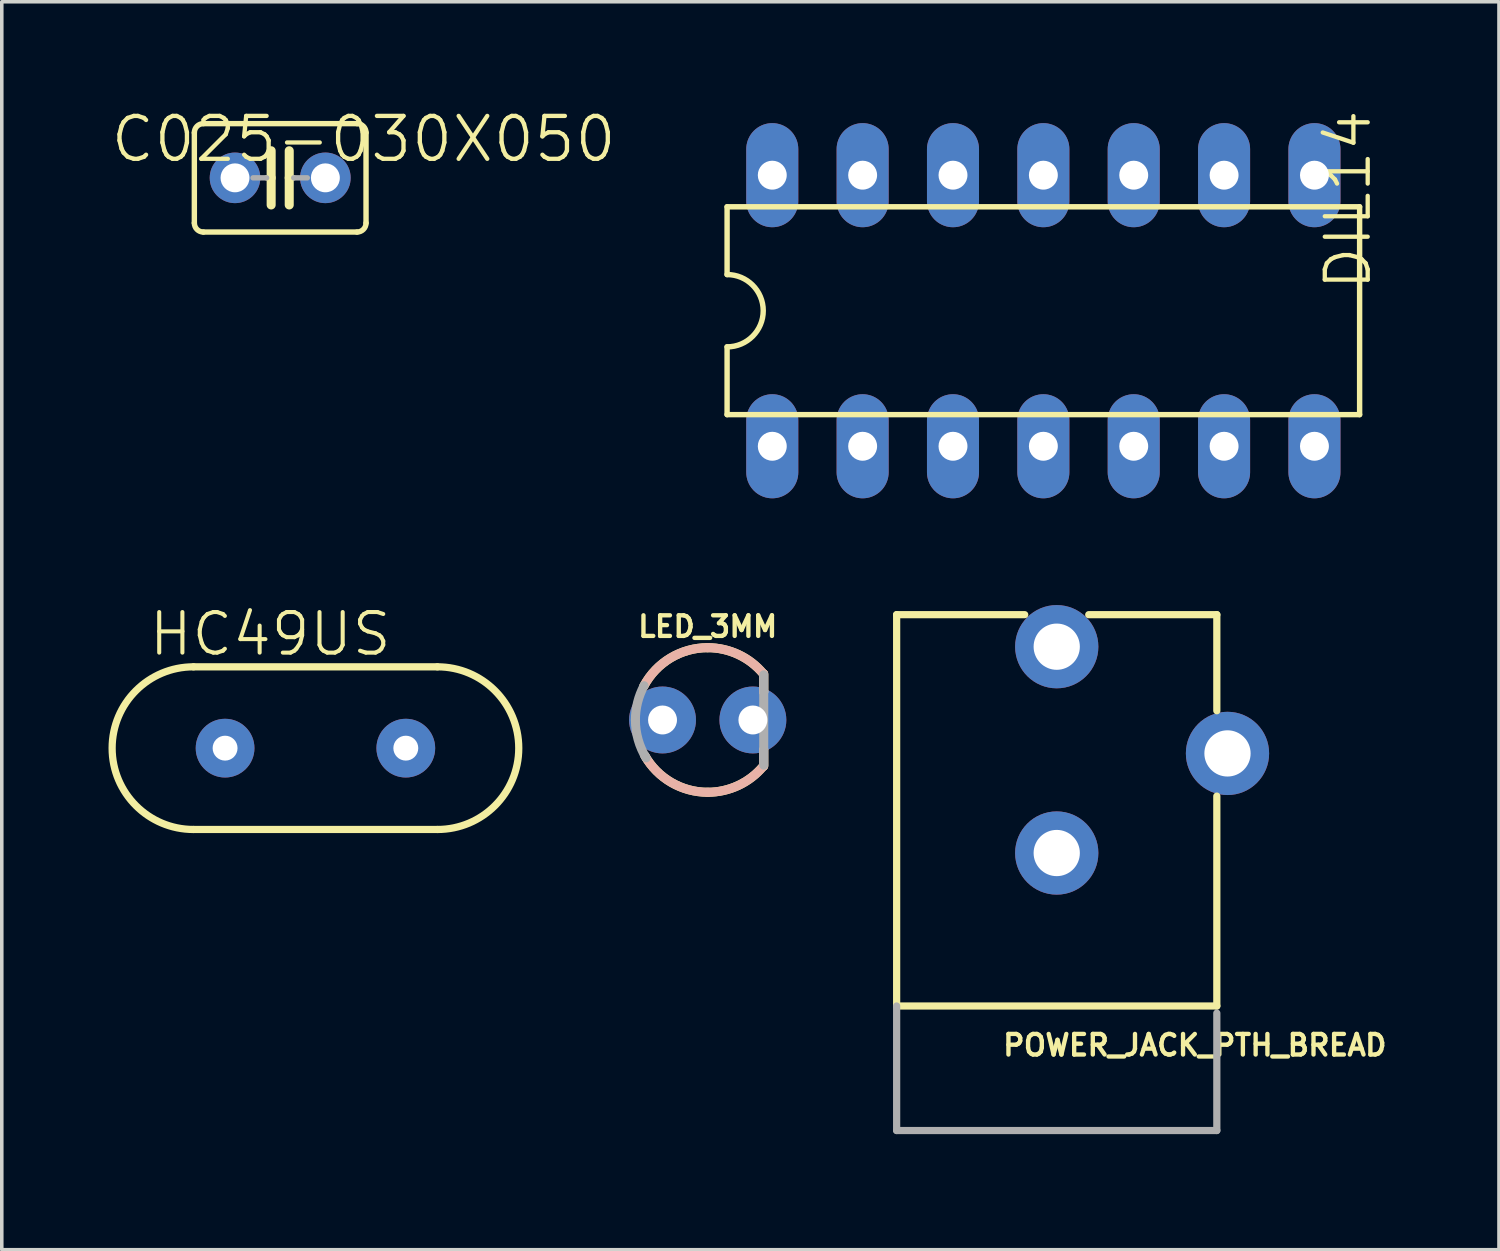
<source format=kicad_pcb>
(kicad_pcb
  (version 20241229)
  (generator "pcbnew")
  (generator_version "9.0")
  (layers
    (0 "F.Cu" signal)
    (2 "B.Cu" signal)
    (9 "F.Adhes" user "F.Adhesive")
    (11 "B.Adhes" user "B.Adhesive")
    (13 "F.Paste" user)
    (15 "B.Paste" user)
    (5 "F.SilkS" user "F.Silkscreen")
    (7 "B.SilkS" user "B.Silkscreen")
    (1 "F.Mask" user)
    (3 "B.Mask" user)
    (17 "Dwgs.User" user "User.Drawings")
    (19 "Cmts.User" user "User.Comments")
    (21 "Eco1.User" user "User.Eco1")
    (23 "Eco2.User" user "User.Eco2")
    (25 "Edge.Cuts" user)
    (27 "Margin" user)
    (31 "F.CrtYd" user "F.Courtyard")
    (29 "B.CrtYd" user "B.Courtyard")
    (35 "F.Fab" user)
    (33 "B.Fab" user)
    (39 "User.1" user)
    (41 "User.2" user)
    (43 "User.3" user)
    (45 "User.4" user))
  (footprint "LED_3MM"
    (layer "F.Cu")
    (at 16.843 17.188)
    (property "Reference" "LED_3MM" (at 0 -2.286 0) (layer "F.SilkS") (effects (font (size 0.579 0.579) (thickness 0.122)) (justify bottom)))
    (attr through_hole)
    (fp_line (start 1.575 -1.295) (end 1.575 -0.787) (stroke (width 0.254) (type solid)) (layer "F.SilkS"))
    (fp_line (start 1.575 1.295) (end 1.575 0.838) (stroke (width 0.254) (type solid)) (layer "F.SilkS"))
    (fp_arc (start -1.7929 -0.9562) (mid -1.045438 -1.7424) (end 0 -2.032) (stroke (width 0.254) (type solid)) (layer "F.SilkS"))
    (fp_arc (start 0 -2.032) (mid 0.861864 -1.840173) (end 1.561 -1.3009) (stroke (width 0.254) (type solid)) (layer "F.SilkS"))
    (fp_arc (start 0 2.032) (mid -1.019924 1.757525) (end -1.7643 1.0082) (stroke (width 0.254) (type solid)) (layer "F.SilkS"))
    (fp_arc (start 1.5512 1.3126) (mid 0.854953 1.843405) (end 0 2.032) (stroke (width 0.254) (type solid)) (layer "F.SilkS"))
    (fp_line (start 1.575 -1.295) (end 1.575 -0.787) (stroke (width 0.254) (type solid)) (layer "B.SilkS"))
    (fp_line (start 1.575 1.295) (end 1.575 0.838) (stroke (width 0.254) (type solid)) (layer "B.SilkS"))
    (fp_arc (start -1.7929 -0.9562) (mid -1.045438 -1.7424) (end 0 -2.032) (stroke (width 0.254) (type solid)) (layer "B.SilkS"))
    (fp_arc (start 0 -2.032) (mid 0.861864 -1.840173) (end 1.561 -1.3009) (stroke (width 0.254) (type solid)) (layer "B.SilkS"))
    (fp_arc (start 0 2.032) (mid -1.019924 1.757525) (end -1.7643 1.0082) (stroke (width 0.254) (type solid)) (layer "B.SilkS"))
    (fp_arc (start 1.5512 1.3126) (mid 0.854953 1.843405) (end 0 2.032) (stroke (width 0.254) (type solid)) (layer "B.SilkS"))
    (fp_line (start 1.575 1.27) (end 1.575 -1.27) (stroke (width 0.254) (type solid)) (layer "F.Fab"))
    (fp_arc (start -2.032 0) (mid -1.970339 -0.496775) (end -1.7891 -0.9634) (stroke (width 0.254) (type solid)) (layer "F.Fab"))
    (fp_arc (start -1.7306 1.065) (mid -1.95521 0.553417) (end -2.032 0) (stroke (width 0.254) (type solid)) (layer "F.Fab"))
    (pad "A" thru_hole circle (at -1.27 0) (size 1.88 1.88) (drill 0.813) (layers "*.Cu" "*.Mask"))
    (pad "K" thru_hole circle (at 1.27 0) (size 1.88 1.88) (drill 0.813) (layers "*.Cu" "*.Mask")))
  (footprint "HC49US"
    (layer "F.Cu")
    (at 5.817 17.98)
    (property "Reference" "HC49US" (at -1.27 -2.54 180) (layer "F.SilkS") (effects (font (size 1.14 1.14) (thickness 0.114)) (justify bottom)))
    (attr through_hole)
    (fp_line (start -3.429 2.286) (end 3.429 2.286) (stroke (width 0.203) (type solid)) (layer "F.SilkS"))
    (fp_line (start 3.429 -2.286) (end -3.429 -2.286) (stroke (width 0.203) (type solid)) (layer "F.SilkS"))
    (fp_arc (start -3.429 2.286) (mid -5.715 0) (end -3.429 -2.286) (stroke (width 0.2032) (type solid)) (layer "F.SilkS"))
    (fp_arc (start 3.429 -2.286) (mid 5.715 0) (end 3.429 2.286) (stroke (width 0.2032) (type solid)) (layer "F.SilkS"))
    (pad "1" thru_hole circle (at -2.54 0 90) (size 1.651 1.651) (drill 0.7) (layers "*.Cu" "*.Mask"))
    (pad "2" thru_hole circle (at 2.54 0 90) (size 1.651 1.651) (drill 0.7) (layers "*.Cu" "*.Mask")))
  (footprint "DIL14"
    (layer "F.Cu")
    (at 26.278 5.684)
    (property "Reference" "DIL14" (at 9.271 -0.508 90) (layer "F.SilkS") (effects (font (size 1.206 1.206) (thickness 0.121)) (justify left bottom)))
    (attr through_hole)
    (fp_line (start -8.89 -2.921) (end -8.89 -1.016) (stroke (width 0.152) (type solid)) (layer "F.SilkS"))
    (fp_line (start -8.89 2.921) (end -8.89 1.016) (stroke (width 0.152) (type solid)) (layer "F.SilkS"))
    (fp_line (start -8.89 2.921) (end 8.89 2.921) (stroke (width 0.152) (type solid)) (layer "F.SilkS"))
    (fp_line (start 8.89 -2.921) (end -8.89 -2.921) (stroke (width 0.152) (type solid)) (layer "F.SilkS"))
    (fp_line (start 8.89 -2.921) (end 8.89 2.921) (stroke (width 0.152) (type solid)) (layer "F.SilkS"))
    (fp_arc (start -8.89 -1.016) (mid -7.874 0) (end -8.89 1.016) (stroke (width 0.1524) (type solid)) (layer "F.SilkS"))
    (pad "1" thru_hole oval (at -7.62 3.81 90) (size 2.926 1.463) (drill 0.813) (layers "*.Cu" "*.Mask"))
    (pad "2" thru_hole oval (at -5.08 3.81 90) (size 2.926 1.463) (drill 0.813) (layers "*.Cu" "*.Mask"))
    (pad "3" thru_hole oval (at -2.54 3.81 90) (size 2.926 1.463) (drill 0.813) (layers "*.Cu" "*.Mask"))
    (pad "4" thru_hole oval (at 0 3.81 90) (size 2.926 1.463) (drill 0.813) (layers "*.Cu" "*.Mask"))
    (pad "5" thru_hole oval (at 2.54 3.81 90) (size 2.926 1.463) (drill 0.813) (layers "*.Cu" "*.Mask"))
    (pad "6" thru_hole oval (at 5.08 3.81 90) (size 2.926 1.463) (drill 0.813) (layers "*.Cu" "*.Mask"))
    (pad "7" thru_hole oval (at 7.62 3.81 90) (size 2.926 1.463) (drill 0.813) (layers "*.Cu" "*.Mask"))
    (pad "8" thru_hole oval (at 7.62 -3.81 90) (size 2.926 1.463) (drill 0.813) (layers "*.Cu" "*.Mask"))
    (pad "9" thru_hole oval (at 5.08 -3.81 90) (size 2.926 1.463) (drill 0.813) (layers "*.Cu" "*.Mask"))
    (pad "10" thru_hole oval (at 2.54 -3.81 90) (size 2.926 1.463) (drill 0.813) (layers "*.Cu" "*.Mask"))
    (pad "11" thru_hole oval (at 0 -3.81 90) (size 2.926 1.463) (drill 0.813) (layers "*.Cu" "*.Mask"))
    (pad "12" thru_hole oval (at -2.54 -3.81 90) (size 2.926 1.463) (drill 0.813) (layers "*.Cu" "*.Mask"))
    (pad "13" thru_hole oval (at -5.08 -3.81 90) (size 2.926 1.463) (drill 0.813) (layers "*.Cu" "*.Mask"))
    (pad "14" thru_hole oval (at -7.62 -3.81 90) (size 2.926 1.463) (drill 0.813) (layers "*.Cu" "*.Mask")))
  (footprint "POWER_JACK_PTH_BREAD"
    (layer "F.Cu")
    (at 26.654 28.828)
    (property "Reference" "POWER_JACK_PTH_BREAD" (at -1.575 -2.159 0) (layer "F.SilkS") (effects (font (size 0.579 0.579) (thickness 0.122)) (justify left bottom)))
    (attr through_hole)
    (fp_line (start -4.5 -14.6) (end -0.9 -14.6) (stroke (width 0.203) (type solid)) (layer "F.SilkS"))
    (fp_line (start -4.5 -3.6) (end -4.5 -14.6) (stroke (width 0.203) (type solid)) (layer "F.SilkS"))
    (fp_line (start -4.5 -3.6) (end 4.5 -3.6) (stroke (width 0.203) (type solid)) (layer "F.SilkS"))
    (fp_line (start 4.5 -14.6) (end 0.9 -14.6) (stroke (width 0.203) (type solid)) (layer "F.SilkS"))
    (fp_line (start 4.5 -14.6) (end 4.5 -11.9) (stroke (width 0.203) (type solid)) (layer "F.SilkS"))
    (fp_line (start 4.5 -3.6) (end 4.5 -9.5) (stroke (width 0.203) (type solid)) (layer "F.SilkS"))
    (fp_line (start -4.5 -3.6) (end -4.5 -0.1) (stroke (width 0.203) (type solid)) (layer "F.Fab"))
    (fp_line (start 4.5 -0.1) (end -4.5 -0.1) (stroke (width 0.203) (type solid)) (layer "F.Fab"))
    (fp_line (start 4.5 -0.1) (end 4.5 -3.4) (stroke (width 0.203) (type solid)) (layer "F.Fab"))
    (pad "GND" thru_hole circle (at 0 -7.9) (size 2.34 2.34) (drill 1.3) (layers "*.Cu" "*.Mask"))
    (pad "GNDBREAK" thru_hole circle (at 4.8 -10.7 90) (size 2.34 2.34) (drill 1.3) (layers "*.Cu" "*.Mask"))
    (pad "PWR" thru_hole circle (at 0 -13.7) (size 2.34 2.34) (drill 1.3) (layers "*.Cu" "*.Mask")))
  (footprint "C025-030X050"
    (layer "F.Cu")
    (at 4.826 1.949)
    (property "Reference" "C025-030X050" (at -4.826 -0.381 0) (layer "F.SilkS") (effects (font (size 1.206 1.206) (thickness 0.121)) (justify left bottom)))
    (attr through_hole)
    (fp_line (start -2.413 -1.27) (end -2.413 1.27) (stroke (width 0.152) (type solid)) (layer "F.SilkS"))
    (fp_line (start -2.159 -1.524) (end 2.159 -1.524) (stroke (width 0.152) (type solid)) (layer "F.SilkS"))
    (fp_line (start -0.254 -0.762) (end -0.254 0) (stroke (width 0.254) (type solid)) (layer "F.SilkS"))
    (fp_line (start -0.254 0) (end -0.381 0) (stroke (width 0.152) (type solid)) (layer "F.SilkS"))
    (fp_line (start -0.254 0) (end -0.254 0.762) (stroke (width 0.254) (type solid)) (layer "F.SilkS"))
    (fp_line (start 0.254 0) (end 0.254 -0.762) (stroke (width 0.254) (type solid)) (layer "F.SilkS"))
    (fp_line (start 0.254 0) (end 0.254 0.762) (stroke (width 0.254) (type solid)) (layer "F.SilkS"))
    (fp_line (start 0.381 0) (end 0.254 0) (stroke (width 0.152) (type solid)) (layer "F.SilkS"))
    (fp_line (start 2.159 1.524) (end -2.159 1.524) (stroke (width 0.152) (type solid)) (layer "F.SilkS"))
    (fp_line (start 2.413 -1.27) (end 2.413 1.27) (stroke (width 0.152) (type solid)) (layer "F.SilkS"))
    (fp_arc (start -2.413 -1.27) (mid -2.338605 -1.449605) (end -2.159 -1.524) (stroke (width 0.1524) (type solid)) (layer "F.SilkS"))
    (fp_arc (start -2.159 1.524) (mid -2.338605 1.449605) (end -2.413 1.27) (stroke (width 0.1524) (type solid)) (layer "F.SilkS"))
    (fp_arc (start 2.159 -1.524) (mid 2.338605 -1.449605) (end 2.413 -1.27) (stroke (width 0.1524) (type solid)) (layer "F.SilkS"))
    (fp_arc (start 2.413 1.27) (mid 2.338605 1.449605) (end 2.159 1.524) (stroke (width 0.1524) (type solid)) (layer "F.SilkS"))
    (fp_line (start -0.381 0) (end -0.762 0) (stroke (width 0.152) (type solid)) (layer "F.Fab"))
    (fp_line (start 0.762 0) (end 0.381 0) (stroke (width 0.152) (type solid)) (layer "F.Fab"))
    (pad "1" thru_hole circle (at -1.27 0) (size 1.422 1.422) (drill 0.813) (layers "*.Cu" "*.Mask"))
    (pad "2" thru_hole circle (at 1.27 0) (size 1.422 1.422) (drill 0.813) (layers "*.Cu" "*.Mask")))
  (gr_rect
    (start -3 -3)
    (end 39.085 32.078)
    (stroke (width 0.1) (type default))
    (fill no)
    (layer "Edge.Cuts")))
</source>
